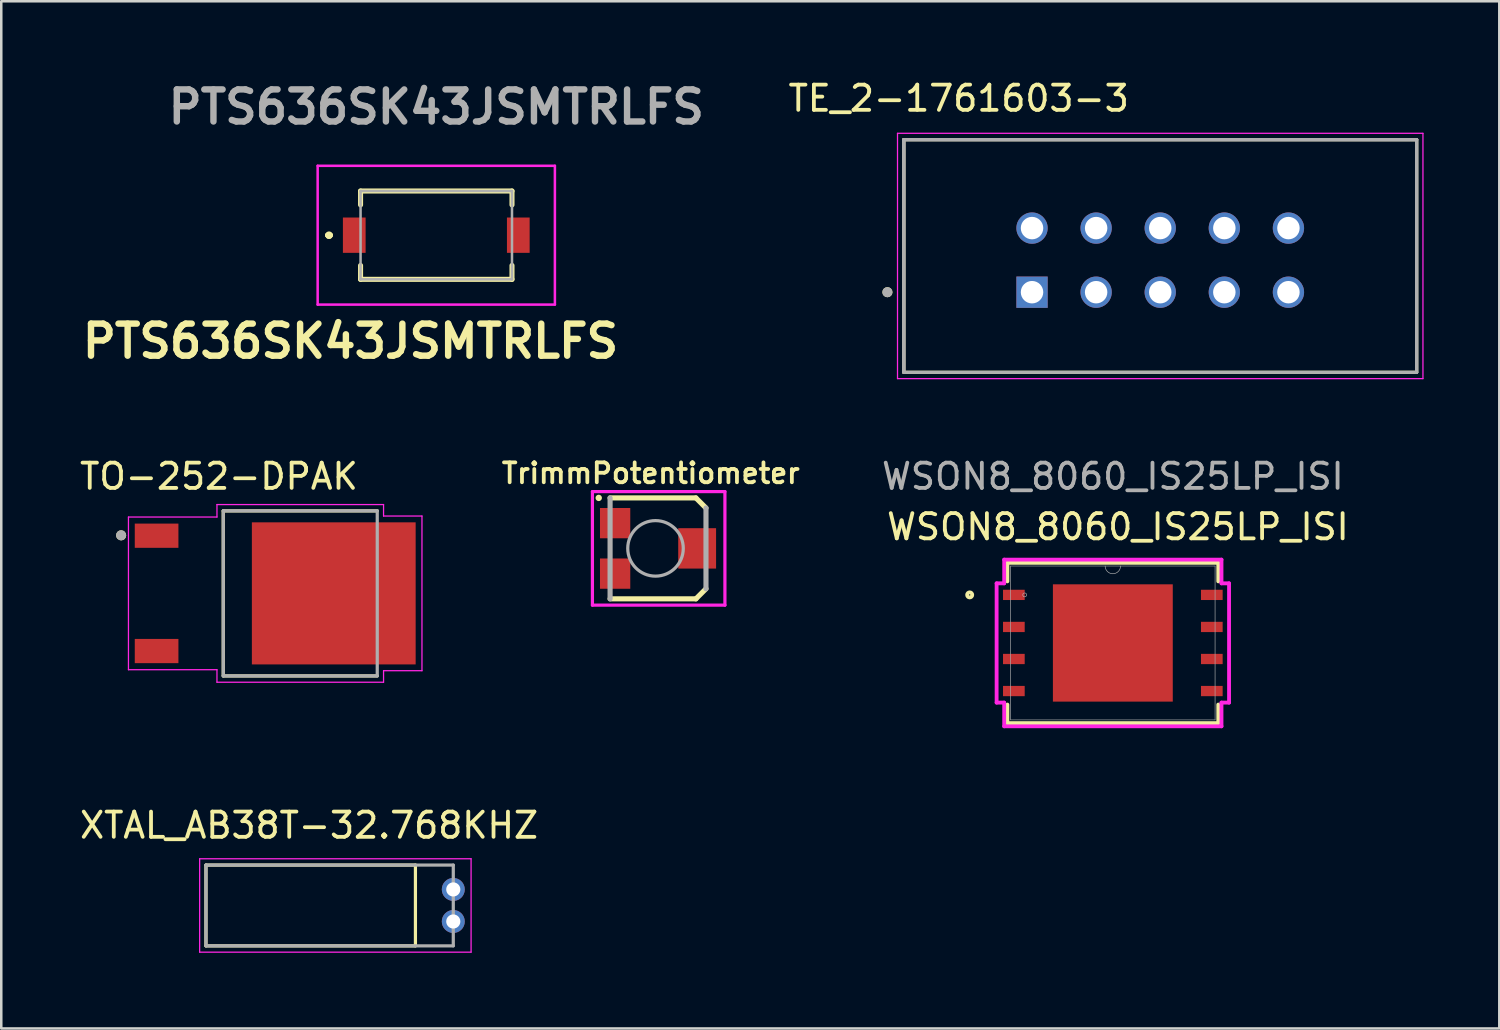
<source format=kicad_pcb>
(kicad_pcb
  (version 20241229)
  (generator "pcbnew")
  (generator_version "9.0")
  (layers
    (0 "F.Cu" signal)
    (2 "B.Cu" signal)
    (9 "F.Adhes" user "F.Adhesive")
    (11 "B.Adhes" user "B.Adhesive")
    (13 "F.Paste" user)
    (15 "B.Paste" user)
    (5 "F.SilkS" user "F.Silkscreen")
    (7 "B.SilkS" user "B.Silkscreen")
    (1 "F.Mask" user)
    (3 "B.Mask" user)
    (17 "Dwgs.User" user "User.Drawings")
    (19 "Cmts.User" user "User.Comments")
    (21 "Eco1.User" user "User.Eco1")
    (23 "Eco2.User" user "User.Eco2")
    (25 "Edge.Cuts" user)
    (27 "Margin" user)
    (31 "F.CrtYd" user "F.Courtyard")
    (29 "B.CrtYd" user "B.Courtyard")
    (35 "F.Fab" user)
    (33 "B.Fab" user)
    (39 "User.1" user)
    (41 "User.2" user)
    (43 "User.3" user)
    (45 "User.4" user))
  (footprint "TE_2-1761603-3"
    (layer "F.Cu")
    (at 37.843 8.528)
    (property "Reference" "TE_2-1761603-3" (at -2.905 -7.68 0) (layer "F.SilkS") (effects (font (size 1 1) (thickness 0.15))))
    (attr through_hole)
    (fp_line (start -5.08 3.175) (end -5.08 -6.045) (stroke (width 0.127) (type solid)) (layer "F.SilkS"))
    (fp_line (start 15.24 -6.045) (end -5.08 -6.045) (stroke (width 0.127) (type solid)) (layer "F.SilkS"))
    (fp_line (start 15.24 -6.045) (end 15.24 3.175) (stroke (width 0.127) (type solid)) (layer "F.SilkS"))
    (fp_line (start 15.24 3.175) (end -5.08 3.175) (stroke (width 0.127) (type solid)) (layer "F.SilkS"))
    (fp_circle (center -5.73 0) (end -5.63 0) (stroke (width 0.2) (type solid)) (fill no) (layer "F.SilkS"))
    (fp_line (start -5.33 -6.295) (end 15.49 -6.295) (stroke (width 0.05) (type solid)) (layer "F.CrtYd"))
    (fp_line (start -5.33 3.425) (end -5.33 -6.295) (stroke (width 0.05) (type solid)) (layer "F.CrtYd"))
    (fp_line (start 15.49 -6.295) (end 15.49 3.425) (stroke (width 0.05) (type solid)) (layer "F.CrtYd"))
    (fp_line (start 15.49 3.425) (end -5.33 3.425) (stroke (width 0.05) (type solid)) (layer "F.CrtYd"))
    (fp_line (start -5.08 -6.045) (end 15.24 -6.045) (stroke (width 0.127) (type solid)) (layer "F.Fab"))
    (fp_line (start -5.08 -6.045) (end 15.24 -6.045) (stroke (width 0.127) (type solid)) (layer "F.Fab"))
    (fp_line (start -5.08 3.175) (end -5.08 -6.045) (stroke (width 0.127) (type solid)) (layer "F.Fab"))
    (fp_line (start -5.08 3.175) (end -5.08 -6.045) (stroke (width 0.127) (type solid)) (layer "F.Fab"))
    (fp_line (start 15.24 -6.045) (end 15.24 3.175) (stroke (width 0.127) (type solid)) (layer "F.Fab"))
    (fp_line (start 15.24 -6.045) (end 15.24 3.175) (stroke (width 0.127) (type solid)) (layer "F.Fab"))
    (fp_line (start 15.24 3.175) (end -5.08 3.175) (stroke (width 0.127) (type solid)) (layer "F.Fab"))
    (fp_circle (center -5.73 0) (end -5.63 0) (stroke (width 0.2) (type solid)) (fill no) (layer "F.Fab"))
    (pad "1" thru_hole rect (at 0 0) (size 1.24 1.24) (drill 0.89) (layers "*.Cu" "*.Mask"))
    (pad "2" thru_hole circle (at 0 -2.54) (size 1.24 1.24) (drill 0.89) (layers "*.Cu" "*.Mask"))
    (pad "3" thru_hole circle (at 2.54 0) (size 1.24 1.24) (drill 0.89) (layers "*.Cu" "*.Mask"))
    (pad "4" thru_hole circle (at 2.54 -2.54) (size 1.24 1.24) (drill 0.89) (layers "*.Cu" "*.Mask"))
    (pad "5" thru_hole circle (at 5.08 0) (size 1.24 1.24) (drill 0.89) (layers "*.Cu" "*.Mask"))
    (pad "6" thru_hole circle (at 5.08 -2.54) (size 1.24 1.24) (drill 0.89) (layers "*.Cu" "*.Mask"))
    (pad "7" thru_hole circle (at 7.62 0) (size 1.24 1.24) (drill 0.89) (layers "*.Cu" "*.Mask"))
    (pad "8" thru_hole circle (at 7.62 -2.54) (size 1.24 1.24) (drill 0.89) (layers "*.Cu" "*.Mask"))
    (pad "9" thru_hole circle (at 10.16 0) (size 1.24 1.24) (drill 0.89) (layers "*.Cu" "*.Mask"))
    (pad "10" thru_hole circle (at 10.16 -2.54) (size 1.24 1.24) (drill 0.89) (layers "*.Cu" "*.Mask")))
  (footprint "XTAL_AB38T-32.768KHZ"
    (layer "F.Cu")
    (at 14.911 32.828)
    (property "Reference" "XTAL_AB38T-32.768KHZ" (at -5.715 -3.175 0) (layer "F.SilkS") (effects (font (size 1 1) (thickness 0.15))))
    (attr through_hole)
    (fp_line (start -9.8 -1.6) (end -1.5 -1.6) (stroke (width 0.127) (type solid)) (layer "F.SilkS"))
    (fp_line (start -9.8 1.6) (end -9.8 -1.6) (stroke (width 0.127) (type solid)) (layer "F.SilkS"))
    (fp_line (start -1.5 -1.6) (end -1.5 1.6) (stroke (width 0.127) (type solid)) (layer "F.SilkS"))
    (fp_line (start -1.5 1.6) (end -9.8 1.6) (stroke (width 0.127) (type solid)) (layer "F.SilkS"))
    (fp_line (start -10.05 -1.85) (end 0.705 -1.85) (stroke (width 0.05) (type solid)) (layer "F.CrtYd"))
    (fp_line (start -10.05 1.85) (end -10.05 -1.85) (stroke (width 0.05) (type solid)) (layer "F.CrtYd"))
    (fp_line (start 0.705 -1.85) (end 0.705 1.85) (stroke (width 0.05) (type solid)) (layer "F.CrtYd"))
    (fp_line (start 0.705 1.85) (end -10.05 1.85) (stroke (width 0.05) (type solid)) (layer "F.CrtYd"))
    (fp_line (start -9.8 -1.6) (end 0 -1.6) (stroke (width 0.127) (type solid)) (layer "F.Fab"))
    (fp_line (start -9.8 1.6) (end -9.8 -1.6) (stroke (width 0.127) (type solid)) (layer "F.Fab"))
    (fp_line (start 0 -1.6) (end 0 1.6) (stroke (width 0.127) (type solid)) (layer "F.Fab"))
    (fp_line (start 0 1.6) (end -9.8 1.6) (stroke (width 0.127) (type solid)) (layer "F.Fab"))
    (pad "1" thru_hole circle (at 0 -0.635) (size 0.91 0.91) (drill 0.56) (layers "*.Cu" "*.Mask"))
    (pad "2" thru_hole circle (at 0 0.635) (size 0.91 0.91) (drill 0.56) (layers "*.Cu" "*.Mask")))
  (footprint "WSON8_8060_IS25LP_ISI"
    (layer "F.Cu")
    (at 41.045 22.427)
    (property "Reference" "WSON8_8060_IS25LP_ISI" (at 0.2 -4.6 0) (unlocked yes) (layer "F.SilkS") (effects (font (size 1 1) (thickness 0.15))))
    (attr smd)
    (fp_line (start -4.178 -3.175) (end -4.178 -2.441) (stroke (width 0.152) (type solid)) (layer "F.SilkS"))
    (fp_line (start -4.178 2.441) (end -4.178 3.175) (stroke (width 0.152) (type solid)) (layer "F.SilkS"))
    (fp_line (start -4.178 3.175) (end 4.178 3.175) (stroke (width 0.152) (type solid)) (layer "F.SilkS"))
    (fp_line (start 4.178 -3.175) (end -4.178 -3.175) (stroke (width 0.152) (type solid)) (layer "F.SilkS"))
    (fp_line (start 4.178 -2.441) (end 4.178 -3.175) (stroke (width 0.152) (type solid)) (layer "F.SilkS"))
    (fp_line (start 4.178 3.175) (end 4.178 2.441) (stroke (width 0.152) (type solid)) (layer "F.SilkS"))
    (fp_circle (center -5.672 -1.905) (end -5.571 -1.905) (stroke (width 0.152) (type solid)) (fill no) (layer "F.SilkS"))
    (fp_poly (pts (xy -2.275 -2.224) (xy -2.275 -0.875) (xy -0.892 -0.875) (xy -0.892 -2.224)) (stroke (width 0) (type solid)) (fill yes) (layer "F.Paste"))
    (fp_poly (pts (xy -2.275 -0.675) (xy -2.275 0.675) (xy -0.892 0.675) (xy -0.892 -0.675)) (stroke (width 0) (type solid)) (fill yes) (layer "F.Paste"))
    (fp_poly (pts (xy -2.275 0.875) (xy -2.275 2.224) (xy -0.892 2.224) (xy -0.892 0.875)) (stroke (width 0) (type solid)) (fill yes) (layer "F.Paste"))
    (fp_poly (pts (xy -0.692 -2.224) (xy -0.692 -0.875) (xy 0.692 -0.875) (xy 0.692 -2.224)) (stroke (width 0) (type solid)) (fill yes) (layer "F.Paste"))
    (fp_poly (pts (xy -0.692 -0.675) (xy -0.692 0.675) (xy 0.692 0.675) (xy 0.692 -0.675)) (stroke (width 0) (type solid)) (fill yes) (layer "F.Paste"))
    (fp_poly (pts (xy -0.692 0.875) (xy -0.692 2.224) (xy 0.692 2.224) (xy 0.692 0.875)) (stroke (width 0) (type solid)) (fill yes) (layer "F.Paste"))
    (fp_poly (pts (xy 0.892 -2.224) (xy 0.892 -0.875) (xy 2.275 -0.875) (xy 2.275 -2.224)) (stroke (width 0) (type solid)) (fill yes) (layer "F.Paste"))
    (fp_poly (pts (xy 0.892 -0.675) (xy 0.892 0.675) (xy 2.275 0.675) (xy 2.275 -0.675)) (stroke (width 0) (type solid)) (fill yes) (layer "F.Paste"))
    (fp_poly (pts (xy 0.892 0.875) (xy 0.892 2.224) (xy 2.275 2.224) (xy 2.275 0.875)) (stroke (width 0) (type solid)) (fill yes) (layer "F.Paste"))
    (fp_line (start -4.605 -2.363) (end -4.305 -2.363) (stroke (width 0.152) (type solid)) (layer "F.CrtYd"))
    (fp_line (start -4.605 2.363) (end -4.605 -2.363) (stroke (width 0.152) (type solid)) (layer "F.CrtYd"))
    (fp_line (start -4.605 2.363) (end -4.305 2.363) (stroke (width 0.152) (type solid)) (layer "F.CrtYd"))
    (fp_line (start -4.305 -3.302) (end 4.305 -3.302) (stroke (width 0.152) (type solid)) (layer "F.CrtYd"))
    (fp_line (start -4.305 -2.363) (end -4.305 -3.302) (stroke (width 0.152) (type solid)) (layer "F.CrtYd"))
    (fp_line (start -4.305 3.302) (end -4.305 2.363) (stroke (width 0.152) (type solid)) (layer "F.CrtYd"))
    (fp_line (start 4.305 -3.302) (end 4.305 -2.363) (stroke (width 0.152) (type solid)) (layer "F.CrtYd"))
    (fp_line (start 4.305 2.363) (end 4.305 3.302) (stroke (width 0.152) (type solid)) (layer "F.CrtYd"))
    (fp_line (start 4.305 3.302) (end -4.305 3.302) (stroke (width 0.152) (type solid)) (layer "F.CrtYd"))
    (fp_line (start 4.605 -2.363) (end 4.305 -2.363) (stroke (width 0.152) (type solid)) (layer "F.CrtYd"))
    (fp_line (start 4.605 -2.363) (end 4.605 2.363) (stroke (width 0.152) (type solid)) (layer "F.CrtYd"))
    (fp_line (start 4.605 2.363) (end 4.305 2.363) (stroke (width 0.152) (type solid)) (layer "F.CrtYd"))
    (fp_line (start -4.051 -3.048) (end -4.051 3.048) (stroke (width 0.025) (type solid)) (layer "F.Fab"))
    (fp_line (start -4.051 3.048) (end 4.051 3.048) (stroke (width 0.025) (type solid)) (layer "F.Fab"))
    (fp_line (start 4.051 -3.048) (end -4.051 -3.048) (stroke (width 0.025) (type solid)) (layer "F.Fab"))
    (fp_line (start 4.051 3.048) (end 4.051 -3.048) (stroke (width 0.025) (type solid)) (layer "F.Fab"))
    (fp_arc (start 0.3048 -3.048) (mid 0 -2.7432) (end -0.3048 -3.048) (stroke (width 0.0254) (type solid)) (layer "F.Fab"))
    (fp_circle (center -3.493 -1.905) (end -3.416 -1.905) (stroke (width 0.025) (type solid)) (fill no) (layer "F.Fab"))
    (fp_text user "${REFERENCE}" (at 0 -6.6 0) (unlocked yes) (layer "F.Fab") (effects (font (size 1 1) (thickness 0.15))))
    (pad "1" smd rect (at -3.922 -1.905) (size 0.859 0.407) (layers "F.Cu" "F.Mask" "F.Paste"))
    (pad "2" smd rect (at -3.922 -0.635) (size 0.859 0.407) (layers "F.Cu" "F.Mask" "F.Paste"))
    (pad "3" smd rect (at -3.922 0.635) (size 0.859 0.407) (layers "F.Cu" "F.Mask" "F.Paste"))
    (pad "4" smd rect (at -3.922 1.905) (size 0.859 0.407) (layers "F.Cu" "F.Mask" "F.Paste"))
    (pad "5" smd rect (at 3.922 1.905) (size 0.859 0.407) (layers "F.Cu" "F.Mask" "F.Paste"))
    (pad "6" smd rect (at 3.922 0.635) (size 0.859 0.407) (layers "F.Cu" "F.Mask" "F.Paste"))
    (pad "7" smd rect (at 3.922 -0.635) (size 0.859 0.407) (layers "F.Cu" "F.Mask" "F.Paste"))
    (pad "8" smd rect (at 3.922 -1.905) (size 0.859 0.407) (layers "F.Cu" "F.Mask" "F.Paste"))
    (pad "9" smd rect (at 0 0) (size 4.75 4.648) (layers "F.Cu" "F.Mask" "F.Paste")))
  (footprint "PTS636SK43JSMTRLFS"
    (layer "F.Cu")
    (at 14.237 6.269)
    (property "Reference" "PTS636SK43JSMTRLFS" (at -3.4 4.2 0) (layer "F.SilkS") (effects (font (size 1.27 1.27) (thickness 0.254))))
    (attr smd)
    (fp_line (start -4.3 0) (end -4.3 0) (stroke (width 0.2) (type solid)) (layer "F.SilkS"))
    (fp_line (start -4.3 0) (end -4.3 0) (stroke (width 0.2) (type solid)) (layer "F.SilkS"))
    (fp_line (start -4.2 0) (end -4.2 0) (stroke (width 0.2) (type solid)) (layer "F.SilkS"))
    (fp_line (start -3 -1.75) (end 3 -1.75) (stroke (width 0.2) (type solid)) (layer "F.SilkS"))
    (fp_line (start -3 -1.2) (end -3 -1.75) (stroke (width 0.2) (type solid)) (layer "F.SilkS"))
    (fp_line (start -3 1.75) (end -3 1.2) (stroke (width 0.2) (type solid)) (layer "F.SilkS"))
    (fp_line (start 3 -1.75) (end 3 -1.2) (stroke (width 0.2) (type solid)) (layer "F.SilkS"))
    (fp_line (start 3 1.2) (end 3 1.75) (stroke (width 0.2) (type solid)) (layer "F.SilkS"))
    (fp_line (start 3 1.75) (end -3 1.75) (stroke (width 0.2) (type solid)) (layer "F.SilkS"))
    (fp_arc (start -4.3 0) (mid -4.25 -0.05) (end -4.2 0) (stroke (width 0.2) (type solid)) (layer "F.SilkS"))
    (fp_arc (start -4.2 0) (mid -4.25 0.05) (end -4.3 0) (stroke (width 0.2) (type solid)) (layer "F.SilkS"))
    (fp_arc (start -4.2 0) (mid -4.25 0.05) (end -4.3 0) (stroke (width 0.2) (type solid)) (layer "F.SilkS"))
    (fp_line (start -4.7 -2.75) (end 4.7 -2.75) (stroke (width 0.1) (type solid)) (layer "F.CrtYd"))
    (fp_line (start -4.7 2.75) (end -4.7 -2.75) (stroke (width 0.1) (type solid)) (layer "F.CrtYd"))
    (fp_line (start 4.7 -2.75) (end 4.7 2.75) (stroke (width 0.1) (type solid)) (layer "F.CrtYd"))
    (fp_line (start 4.7 2.75) (end -4.7 2.75) (stroke (width 0.1) (type solid)) (layer "F.CrtYd"))
    (fp_line (start -3 -1.75) (end -3 1.75) (stroke (width 0.1) (type solid)) (layer "F.Fab"))
    (fp_line (start -3 1.75) (end 3 1.75) (stroke (width 0.1) (type solid)) (layer "F.Fab"))
    (fp_line (start 3 -1.75) (end -3 -1.75) (stroke (width 0.1) (type solid)) (layer "F.Fab"))
    (fp_line (start 3 1.75) (end 3 -1.75) (stroke (width 0.1) (type solid)) (layer "F.Fab"))
    (fp_text user "${REFERENCE}" (at 0 -5.08 0) (layer "F.Fab") (effects (font (size 1.27 1.27) (thickness 0.254))))
    (pad "1" smd rect (at -3.25 0) (size 0.9 1.4) (layers "F.Cu" "F.Mask" "F.Paste"))
    (pad "2" smd rect (at 3.25 0) (size 0.9 1.4) (layers "F.Cu" "F.Mask" "F.Paste")))
  (footprint "TO-252-DPAK"
    (layer "F.Cu")
    (at 7.855 20.462)
    (property "Reference" "TO-252-DPAK" (at -2.23 -4.635 0) (layer "F.SilkS") (effects (font (size 1 1) (thickness 0.15))))
    (attr through_hole)
    (fp_line (start -2.058 -3.27) (end -2.058 3.27) (stroke (width 0.127) (type solid)) (layer "F.SilkS"))
    (fp_line (start -2.058 3.27) (end 4.043 3.27) (stroke (width 0.127) (type solid)) (layer "F.SilkS"))
    (fp_line (start 4.043 -3.27) (end -2.058 -3.27) (stroke (width 0.127) (type solid)) (layer "F.SilkS"))
    (fp_circle (center -6.105 -2.3) (end -6.005 -2.3) (stroke (width 0.2) (type solid)) (fill no) (layer "F.SilkS"))
    (fp_line (start -5.815 -3.025) (end -5.815 3.025) (stroke (width 0.05) (type solid)) (layer "F.CrtYd"))
    (fp_line (start -5.815 3.025) (end -2.308 3.025) (stroke (width 0.05) (type solid)) (layer "F.CrtYd"))
    (fp_line (start -2.308 -3.52) (end -2.308 -3.025) (stroke (width 0.05) (type solid)) (layer "F.CrtYd"))
    (fp_line (start -2.308 -3.025) (end -5.815 -3.025) (stroke (width 0.05) (type solid)) (layer "F.CrtYd"))
    (fp_line (start -2.308 3.025) (end -2.308 3.52) (stroke (width 0.05) (type solid)) (layer "F.CrtYd"))
    (fp_line (start -2.308 3.52) (end 4.293 3.52) (stroke (width 0.05) (type solid)) (layer "F.CrtYd"))
    (fp_line (start 4.293 -3.52) (end -2.308 -3.52) (stroke (width 0.05) (type solid)) (layer "F.CrtYd"))
    (fp_line (start 4.293 -3.065) (end 4.293 -3.52) (stroke (width 0.05) (type solid)) (layer "F.CrtYd"))
    (fp_line (start 4.293 3.065) (end 5.815 3.065) (stroke (width 0.05) (type solid)) (layer "F.CrtYd"))
    (fp_line (start 4.293 3.52) (end 4.293 3.065) (stroke (width 0.05) (type solid)) (layer "F.CrtYd"))
    (fp_line (start 5.815 -3.065) (end 4.293 -3.065) (stroke (width 0.05) (type solid)) (layer "F.CrtYd"))
    (fp_line (start 5.815 3.065) (end 5.815 -3.065) (stroke (width 0.05) (type solid)) (layer "F.CrtYd"))
    (fp_line (start -2.058 -3.27) (end -2.058 3.27) (stroke (width 0.127) (type solid)) (layer "F.Fab"))
    (fp_line (start -2.058 3.27) (end 4.043 3.27) (stroke (width 0.127) (type solid)) (layer "F.Fab"))
    (fp_line (start 4.043 -3.27) (end -2.058 -3.27) (stroke (width 0.127) (type solid)) (layer "F.Fab"))
    (fp_line (start 4.043 3.27) (end 4.043 -3.27) (stroke (width 0.127) (type solid)) (layer "F.Fab"))
    (fp_circle (center -6.105 -2.3) (end -6.005 -2.3) (stroke (width 0.2) (type solid)) (fill no) (layer "F.Fab"))
    (pad "1" smd rect (at -4.7 -2.285) (size 1.73 0.96) (layers "F.Cu" "F.Mask" "F.Paste"))
    (pad "2" smd rect (at -4.7 2.285) (size 1.73 0.96) (layers "F.Cu" "F.Mask" "F.Paste"))
    (pad "3" smd rect (at 2.32 0) (size 6.49 5.63) (layers "F.Cu" "F.Mask")))
  (footprint "TrimmPotentiometer"
    (layer "F.Cu")
    (at 22.924 18.679)
    (property "Reference" "TrimmPotentiometer" (at -0.188 -2.977 0) (layer "F.SilkS") (effects (font (size 0.788 0.788) (thickness 0.15))))
    (attr through_hole)
    (fp_line (start -1.8 -2) (end 1.6 -2) (stroke (width 0.203) (type solid)) (layer "F.SilkS"))
    (fp_line (start -1.8 2) (end 1.6 2) (stroke (width 0.203) (type solid)) (layer "F.SilkS"))
    (fp_line (start 1.6 -2) (end 2 -1.6) (stroke (width 0.203) (type solid)) (layer "F.SilkS"))
    (fp_line (start 1.6 2) (end 2 1.6) (stroke (width 0.203) (type solid)) (layer "F.SilkS"))
    (fp_circle (center -2.25 -2) (end -2.123 -2) (stroke (width 0) (type solid)) (fill yes) (layer "F.SilkS"))
    (fp_line (start -2.5 -2.25) (end 2.75 -2.25) (stroke (width 0.127) (type solid)) (layer "F.CrtYd"))
    (fp_line (start -2.5 2.25) (end -2.5 -2.25) (stroke (width 0.127) (type solid)) (layer "F.CrtYd"))
    (fp_line (start 2.75 -2.25) (end 2.75 2.25) (stroke (width 0.127) (type solid)) (layer "F.CrtYd"))
    (fp_line (start 2.75 2.25) (end -2.5 2.25) (stroke (width 0.127) (type solid)) (layer "F.CrtYd"))
    (fp_line (start -1.8 -2) (end -1.8 2) (stroke (width 0.203) (type solid)) (layer "F.Fab"))
    (fp_line (start 2 -1.6) (end 2 1.6) (stroke (width 0.203) (type solid)) (layer "F.Fab"))
    (fp_circle (center 0 0) (end 1.1 0) (stroke (width 0.127) (type solid)) (fill no) (layer "F.Fab"))
    (pad "1" smd rect (at -1.6 -1) (size 1.2 1.2) (layers "F.Cu" "F.Mask" "F.Paste"))
    (pad "2" smd rect (at 1.65 0) (size 1.5 1.6) (layers "F.Cu" "F.Mask" "F.Paste"))
    (pad "3" smd rect (at -1.6 1) (size 1.2 1.2) (layers "F.Cu" "F.Mask" "F.Paste")))
  (gr_rect
    (start -3 -3)
    (end 56.358 37.703)
    (stroke (width 0.1) (type default))
    (fill no)
    (layer "Edge.Cuts")))
</source>
